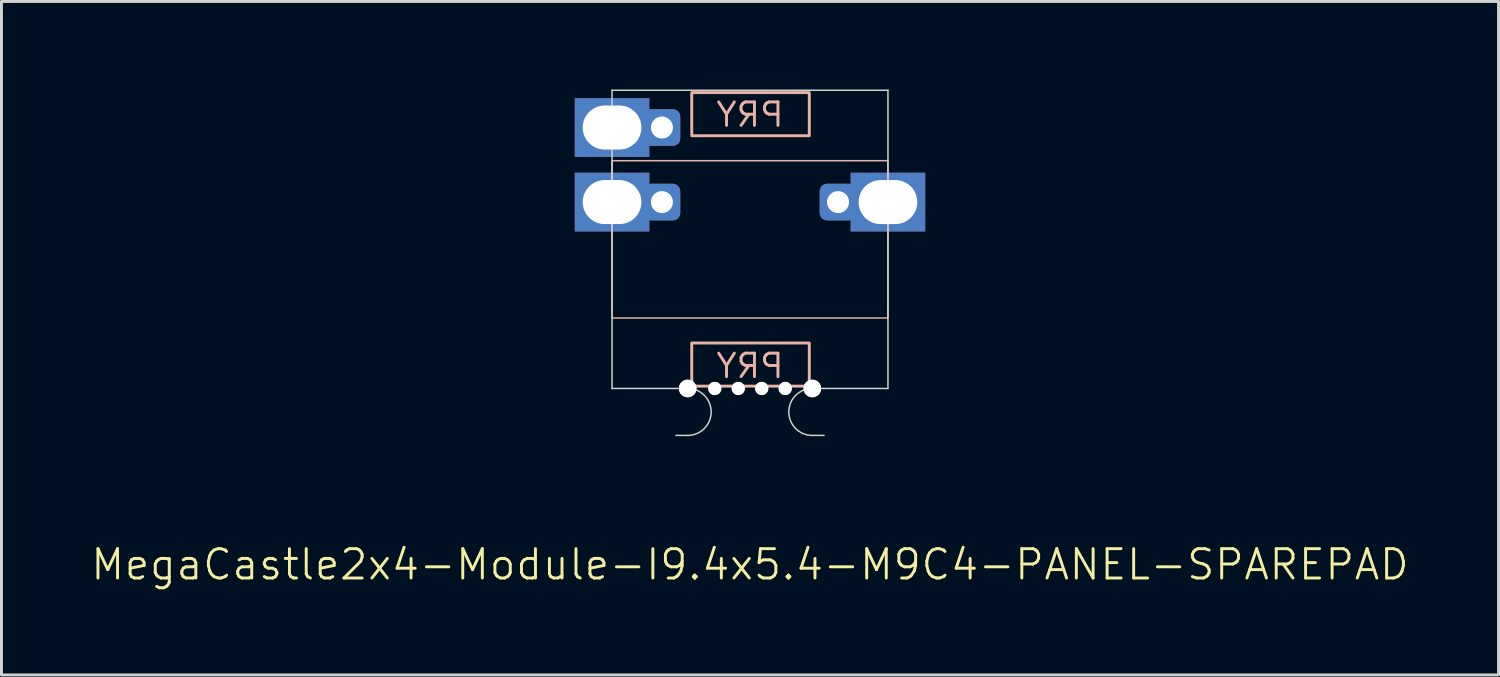
<source format=kicad_pcb>
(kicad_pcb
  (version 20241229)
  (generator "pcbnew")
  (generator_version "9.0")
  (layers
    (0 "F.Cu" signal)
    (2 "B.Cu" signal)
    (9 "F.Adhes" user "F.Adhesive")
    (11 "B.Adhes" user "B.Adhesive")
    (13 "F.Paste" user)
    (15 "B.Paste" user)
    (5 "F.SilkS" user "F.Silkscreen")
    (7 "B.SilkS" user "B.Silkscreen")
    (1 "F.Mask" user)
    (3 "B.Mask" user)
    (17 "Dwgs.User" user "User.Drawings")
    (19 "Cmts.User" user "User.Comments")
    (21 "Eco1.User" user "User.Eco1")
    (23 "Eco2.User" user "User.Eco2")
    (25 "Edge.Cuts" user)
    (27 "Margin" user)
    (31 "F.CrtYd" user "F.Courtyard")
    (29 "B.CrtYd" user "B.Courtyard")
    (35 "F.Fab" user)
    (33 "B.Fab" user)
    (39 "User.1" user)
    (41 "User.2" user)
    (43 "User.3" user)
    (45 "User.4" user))
  (footprint "MegaCastle2x4-Module-I9.4x5.4-M9C4-PANEL-SPAREPAD"
    (layer "F.Cu")
    (at 22.502 5.105)
    (property "Reference" "MegaCastle2x4-Module-I9.4x5.4-M9C4-PANEL-SPAREPAD" (at 0 11.08 0) (unlocked yes) (layer "F.SilkS") (effects (font (size 1 1) (thickness 0.1))))
    (attr smd)
    (fp_rect (start -4.7 2.68) (end 4.7 -2.68) (stroke (width 0.05) (type default)) (fill no) (layer "B.SilkS"))
    (fp_rect (start -1.984 -3.531) (end 2.02 -5) (stroke (width 0.1) (type default)) (fill no) (layer "B.SilkS"))
    (fp_rect (start -1.984 3.531) (end 2.02 5) (stroke (width 0.1) (type default)) (fill no) (layer "B.SilkS"))
    (fp_line (start -4.7 -5.08) (end -4.7 5.08) (stroke (width 0.05) (type default)) (layer "Edge.Cuts"))
    (fp_line (start -4.7 -5.08) (end 4.7 -5.08) (stroke (width 0.05) (type default)) (layer "Edge.Cuts"))
    (fp_line (start -4.7 5.08) (end -2.522 5.08) (stroke (width 0.05) (type default)) (layer "Edge.Cuts"))
    (fp_line (start -2.522 5.08) (end -2.123 5.08) (stroke (width 0.05) (type default)) (layer "Edge.Cuts"))
    (fp_line (start -2.522 6.68) (end -2.123 6.68) (stroke (width 0.05) (type default)) (layer "Edge.Cuts"))
    (fp_line (start 2.522 5.08) (end 2.123 5.08) (stroke (width 0.05) (type default)) (layer "Edge.Cuts"))
    (fp_line (start 2.522 5.08) (end 4.7 5.08) (stroke (width 0.05) (type default)) (layer "Edge.Cuts"))
    (fp_line (start 2.522 6.68) (end 2.123 6.68) (stroke (width 0.05) (type default)) (layer "Edge.Cuts"))
    (fp_line (start 4.7 -5.08) (end 4.7 5.08) (stroke (width 0.05) (type default)) (layer "Edge.Cuts"))
    (fp_arc (start -2.1225 5.08) (mid -1.3225 5.88) (end -2.1225 6.68) (stroke (width 0.05) (type default)) (layer "Edge.Cuts"))
    (fp_arc (start 2.1225 6.68) (mid 1.3225 5.88) (end 2.1225 5.08) (stroke (width 0.05) (type default)) (layer "Edge.Cuts"))
    (fp_text user "PRY" (at 0 -3.78 0) (unlocked yes) (layer "B.SilkS") (effects (font (size 0.8 0.8) (thickness 0.1)) (justify bottom mirror)))
    (fp_text user "PRY" (at 0 4.78 0) (unlocked yes) (layer "B.SilkS") (effects (font (size 0.8 0.8) (thickness 0.1)) (justify bottom mirror)))
    (pad "" np_thru_hole circle (at -2.123 5.08) (size 0.6 0.6) (drill 0.6) (layers "*.Cu" "Edge.Cuts"))
    (pad "" np_thru_hole circle (at -1.2 5.08) (size 0.45 0.45) (drill 0.45) (layers "*.Cu" "Edge.Cuts"))
    (pad "" np_thru_hole circle (at -0.4 5.08) (size 0.45 0.45) (drill 0.45) (layers "*.Cu" "Edge.Cuts"))
    (pad "" np_thru_hole circle (at 0.4 5.08) (size 0.45 0.45) (drill 0.45) (layers "*.Cu" "Edge.Cuts"))
    (pad "" np_thru_hole circle (at 1.2 5.08) (size 0.45 0.45) (drill 0.45) (layers "*.Cu" "Edge.Cuts"))
    (pad "" np_thru_hole circle (at 2.123 5.08) (size 0.6 0.6) (drill 0.6) (layers "*.Cu" "Edge.Cuts"))
    (pad "1" thru_hole rect (at -4.7 -3.81) (size 2.54 2) (drill oval 2 1.5) (property pad_prop_castellated) (layers "*.Cu" "*.Mask"))
    (pad "1" thru_hole roundrect (at -3 -3.81 180) (size 1.25 1.25) (drill 0.75) (layers "*.Cu" "*.Mask") (roundrect_rratio 0.2))
    (pad "2" thru_hole rect (at -4.7 -1.27) (size 2.54 2) (drill oval 2 1.5) (property pad_prop_castellated) (layers "*.Cu" "*.Mask"))
    (pad "2" thru_hole roundrect (at -3 -1.27 180) (size 1.25 1.25) (drill 0.75) (layers "*.Cu" "*.Mask") (roundrect_rratio 0.2))
    (pad "6" thru_hole roundrect (at 3 -1.27 180) (size 1.25 1.25) (drill 0.75) (layers "*.Cu" "*.Mask") (roundrect_rratio 0.2))
    (pad "6" thru_hole rect (at 4.7 -1.27) (size 2.54 2) (drill oval 2 1.5) (property pad_prop_castellated) (layers "*.Cu" "*.Mask"))
    (zone (net_name "") (layer "B.Cu") (hatch edge 0.5) (connect_pads) (min_thickness 0.25) (filled_areas_thickness no) (keepout (tracks allowed) (vias allowed) (pads allowed) (copperpour allowed) (footprints not_allowed)) (placement (enabled no)) (fill) (polygon (pts (xy 17.802 10.185) (xy 17.802 0.025))))
    (zone (net_name "") (layer "B.Cu") (hatch edge 0.5) (connect_pads) (min_thickness 0.25) (filled_areas_thickness no) (keepout (tracks allowed) (vias allowed) (pads allowed) (copperpour allowed) (footprints not_allowed)) (placement (enabled no)) (fill) (polygon (pts (xy 27.202 10.185) (xy 27.202 0.025))))
    (zone (net_name "") (layer "B.Cu") (hatch edge 0.5) (connect_pads) (min_thickness 0.25) (filled_areas_thickness no) (keepout (tracks allowed) (vias allowed) (pads allowed) (copperpour allowed) (footprints not_allowed)) (placement (enabled no)) (fill) (polygon (pts (xy 17.802 0.025) (xy 17.802 2.425) (xy 27.202 2.425) (xy 27.202 0.025))))
    (zone (net_name "") (layer "B.Cu") (hatch edge 0.5) (connect_pads) (min_thickness 0.25) (filled_areas_thickness no) (keepout (tracks allowed) (vias allowed) (pads allowed) (copperpour allowed) (footprints not_allowed)) (placement (enabled no)) (fill) (polygon (pts (xy 17.802 10.185) (xy 17.802 7.785) (xy 27.202 7.785) (xy 27.202 10.185))))
    (zone (net_name "") (layer "B.Cu") (name "Upper Pry Zone") (hatch edge 0.5) (connect_pads) (min_thickness 0.25) (filled_areas_thickness no) (keepout (tracks not_allowed) (vias not_allowed) (pads not_allowed) (copperpour allowed) (footprints not_allowed)) (placement (enabled no)) (fill) (polygon (pts (xy 20.518 1.574) (xy 20.518 0.105) (xy 24.522 0.105) (xy 24.522 1.574))))
    (zone (net_name "") (layer "B.Cu") (name "Upper Pry Zone") (hatch edge 0.5) (connect_pads) (min_thickness 0.25) (filled_areas_thickness no) (keepout (tracks not_allowed) (vias not_allowed) (pads not_allowed) (copperpour allowed) (footprints not_allowed)) (placement (enabled no)) (fill) (polygon (pts (xy 20.518 8.636) (xy 20.518 10.105) (xy 24.522 10.105) (xy 24.522 8.636)))))
  (gr_rect
    (start -3 -3)
    (end 48.005 19.945)
    (stroke (width 0.1) (type default))
    (fill no)
    (layer "Edge.Cuts")))
</source>
